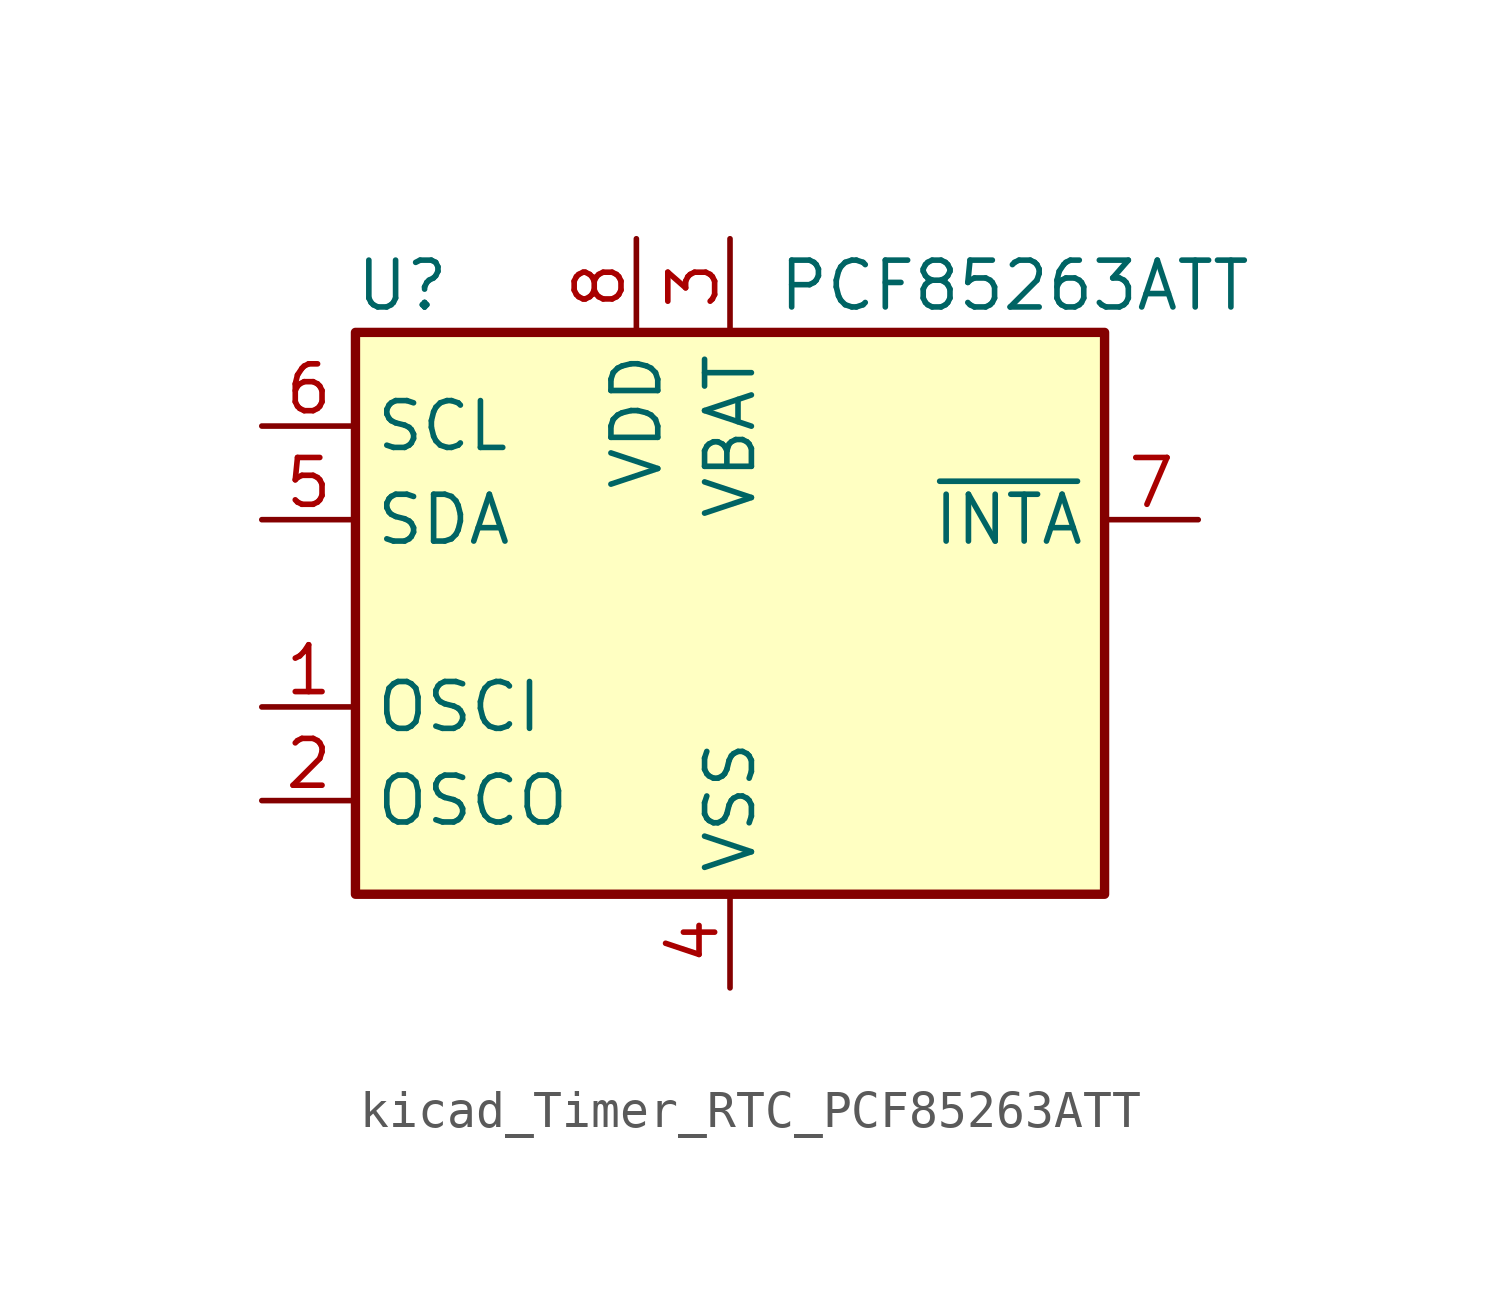
<source format=kicad_sym>
(kicad_symbol_lib
  (version 20220914)
  (generator kicad_symbol_editor)
  (symbol "kicad_Timer_RTC_PCF85263ATT"
    (property "Reference" "U"
      (at -8.89 8.89 0)
      (effects (font (size 1.27 1.27))))
    (property "Value" "PCF85263ATT"
      (at 1.27 8.89 0)
      (effects (font (size 1.27 1.27)) (justify left)))
    (symbol "kicad_Timer_RTC_PCF85263ATT_0_1"
      (rectangle (start -10.16 7.62) (end 10.16 -7.62) (stroke (width 0.254) (type default)) (fill (type background))))
    (symbol "kicad_Timer_RTC_PCF85263ATT_1_1"
      (pin input line (at -12.7 -2.54 0) (length 2.54) (name "OSCI" (effects (font (size 1.27 1.27)))) (number "1" (effects (font (size 1.27 1.27)))))
      (pin output line (at -12.7 -5.08 0) (length 2.54) (name "OSCO" (effects (font (size 1.27 1.27)))) (number "2" (effects (font (size 1.27 1.27)))))
      (pin power_in line (at 0 10.16 270) (length 2.54) (name "VBAT" (effects (font (size 1.27 1.27)))) (number "3" (effects (font (size 1.27 1.27)))))
      (pin power_in line (at 0 -10.16 90) (length 2.54) (name "VSS" (effects (font (size 1.27 1.27)))) (number "4" (effects (font (size 1.27 1.27)))))
      (pin bidirectional line (at -12.7 2.54 0) (length 2.54) (name "SDA" (effects (font (size 1.27 1.27)))) (number "5" (effects (font (size 1.27 1.27)))))
      (pin input line (at -12.7 5.08 0) (length 2.54) (name "SCL" (effects (font (size 1.27 1.27)))) (number "6" (effects (font (size 1.27 1.27)))))
      (pin open_collector line (at 12.7 2.54 180) (length 2.54) (name "~{INTA}" (effects (font (size 1.27 1.27)))) (number "7" (effects (font (size 1.27 1.27)))))
      (pin power_in line (at -2.54 10.16 270) (length 2.54) (name "VDD" (effects (font (size 1.27 1.27)))) (number "8" (effects (font (size 1.27 1.27))))))))
</source>
